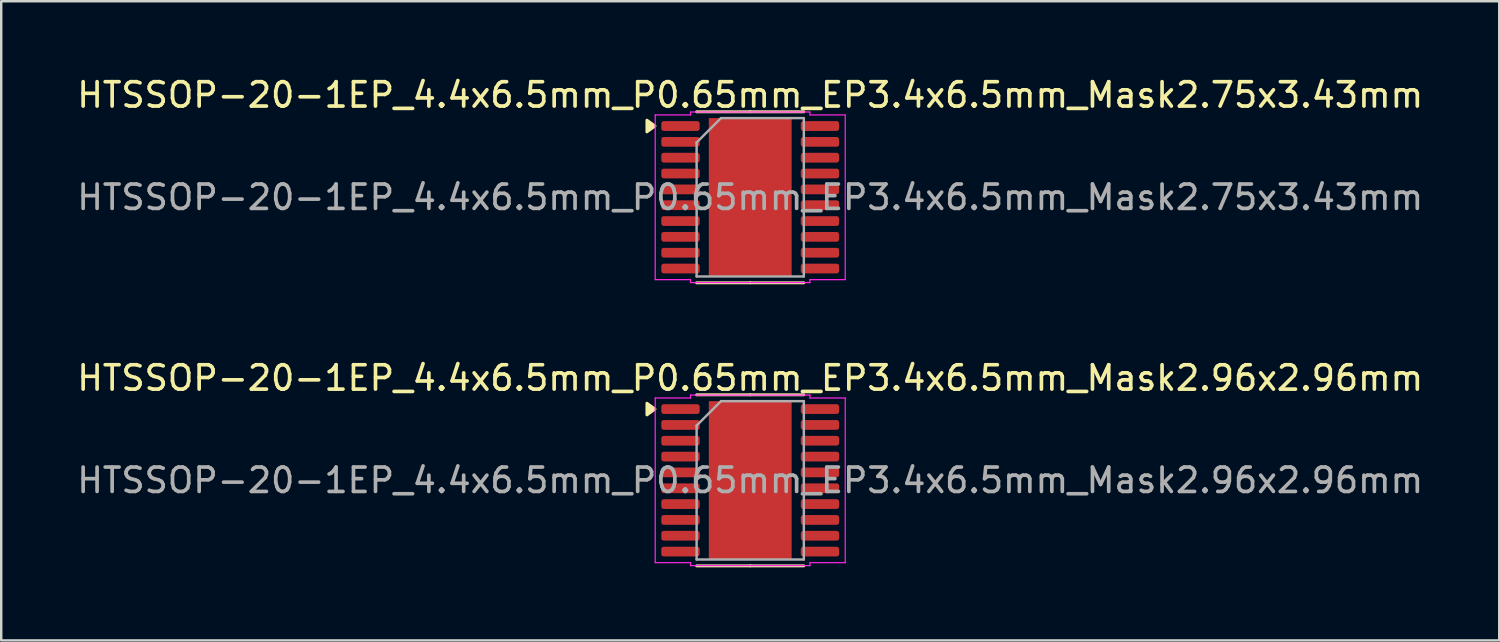
<source format=kicad_pcb>
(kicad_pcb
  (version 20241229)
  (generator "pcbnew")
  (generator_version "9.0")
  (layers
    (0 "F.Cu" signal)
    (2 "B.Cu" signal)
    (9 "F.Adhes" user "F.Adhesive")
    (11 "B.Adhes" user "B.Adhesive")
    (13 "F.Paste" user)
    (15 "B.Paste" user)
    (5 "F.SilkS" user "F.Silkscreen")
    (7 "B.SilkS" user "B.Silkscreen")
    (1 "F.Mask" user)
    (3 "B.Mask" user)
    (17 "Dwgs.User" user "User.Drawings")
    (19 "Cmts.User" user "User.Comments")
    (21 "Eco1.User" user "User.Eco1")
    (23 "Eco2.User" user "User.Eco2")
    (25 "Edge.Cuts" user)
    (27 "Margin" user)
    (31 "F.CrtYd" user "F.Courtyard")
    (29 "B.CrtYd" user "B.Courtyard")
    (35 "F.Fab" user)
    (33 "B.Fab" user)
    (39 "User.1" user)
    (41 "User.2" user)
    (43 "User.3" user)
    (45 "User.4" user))
  (footprint "HTSSOP-20-1EP_4.4x6.5mm_P0.65mm_EP3.4x6.5mm_Mask2.96x2.96mm"
    (layer "F.Cu")
    (at 27.744 16.666)
    (property "Reference" "HTSSOP-20-1EP_4.4x6.5mm_P0.65mm_EP3.4x6.5mm_Mask2.96x2.96mm" (at 0 -4.2 0) (layer "F.SilkS") (effects (font (size 1 1) (thickness 0.15))))
    (attr smd)
    (fp_line (start 0 -3.51) (end -2.2 -3.51) (stroke (width 0.12) (type solid)) (layer "F.SilkS"))
    (fp_line (start 0 -3.51) (end 2.2 -3.51) (stroke (width 0.12) (type solid)) (layer "F.SilkS"))
    (fp_line (start 0 3.51) (end -2.2 3.51) (stroke (width 0.12) (type solid)) (layer "F.SilkS"))
    (fp_line (start 0 3.51) (end 2.2 3.51) (stroke (width 0.12) (type solid)) (layer "F.SilkS"))
    (fp_poly (pts (xy -3.91 -2.925) (xy -4.24 -2.685) (xy -4.24 -3.165)) (stroke (width 0.12) (type solid)) (fill yes) (layer "F.SilkS"))
    (fp_line (start -3.9 -3.38) (end -2.45 -3.38) (stroke (width 0.05) (type solid)) (layer "F.CrtYd"))
    (fp_line (start -3.9 3.38) (end -3.9 -3.38) (stroke (width 0.05) (type solid)) (layer "F.CrtYd"))
    (fp_line (start -2.45 -3.5) (end 2.45 -3.5) (stroke (width 0.05) (type solid)) (layer "F.CrtYd"))
    (fp_line (start -2.45 -3.38) (end -2.45 -3.5) (stroke (width 0.05) (type solid)) (layer "F.CrtYd"))
    (fp_line (start -2.45 3.38) (end -3.9 3.38) (stroke (width 0.05) (type solid)) (layer "F.CrtYd"))
    (fp_line (start -2.45 3.5) (end -2.45 3.38) (stroke (width 0.05) (type solid)) (layer "F.CrtYd"))
    (fp_line (start 2.45 -3.5) (end 2.45 -3.38) (stroke (width 0.05) (type solid)) (layer "F.CrtYd"))
    (fp_line (start 2.45 -3.38) (end 3.9 -3.38) (stroke (width 0.05) (type solid)) (layer "F.CrtYd"))
    (fp_line (start 2.45 3.38) (end 2.45 3.5) (stroke (width 0.05) (type solid)) (layer "F.CrtYd"))
    (fp_line (start 2.45 3.5) (end -2.45 3.5) (stroke (width 0.05) (type solid)) (layer "F.CrtYd"))
    (fp_line (start 3.9 -3.38) (end 3.9 3.38) (stroke (width 0.05) (type solid)) (layer "F.CrtYd"))
    (fp_line (start 3.9 3.38) (end 2.45 3.38) (stroke (width 0.05) (type solid)) (layer "F.CrtYd"))
    (fp_line (start -2.2 -2.25) (end -1.2 -3.25) (stroke (width 0.1) (type solid)) (layer "F.Fab"))
    (fp_line (start -2.2 3.25) (end -2.2 -2.25) (stroke (width 0.1) (type solid)) (layer "F.Fab"))
    (fp_line (start -1.2 -3.25) (end 2.2 -3.25) (stroke (width 0.1) (type solid)) (layer "F.Fab"))
    (fp_line (start 2.2 -3.25) (end 2.2 3.25) (stroke (width 0.1) (type solid)) (layer "F.Fab"))
    (fp_line (start 2.2 3.25) (end -2.2 3.25) (stroke (width 0.1) (type solid)) (layer "F.Fab"))
    (fp_text user "${REFERENCE}" (at 0 0 0) (layer "F.Fab") (effects (font (size 1 1) (thickness 0.15))))
    (pad "" smd roundrect (at 0 0) (size 2.39 2.39) (layers "F.Paste") (roundrect_rratio 0.105))
    (pad "" smd rect (at 0 0) (size 2.96 2.96) (layers "F.Mask"))
    (pad "1" smd roundrect (at -2.862 -2.925) (size 1.575 0.4) (layers "F.Cu" "F.Mask" "F.Paste") (roundrect_rratio 0.25))
    (pad "2" smd roundrect (at -2.862 -2.275) (size 1.575 0.4) (layers "F.Cu" "F.Mask" "F.Paste") (roundrect_rratio 0.25))
    (pad "3" smd roundrect (at -2.862 -1.625) (size 1.575 0.4) (layers "F.Cu" "F.Mask" "F.Paste") (roundrect_rratio 0.25))
    (pad "4" smd roundrect (at -2.862 -0.975) (size 1.575 0.4) (layers "F.Cu" "F.Mask" "F.Paste") (roundrect_rratio 0.25))
    (pad "5" smd roundrect (at -2.862 -0.325) (size 1.575 0.4) (layers "F.Cu" "F.Mask" "F.Paste") (roundrect_rratio 0.25))
    (pad "6" smd roundrect (at -2.862 0.325) (size 1.575 0.4) (layers "F.Cu" "F.Mask" "F.Paste") (roundrect_rratio 0.25))
    (pad "7" smd roundrect (at -2.862 0.975) (size 1.575 0.4) (layers "F.Cu" "F.Mask" "F.Paste") (roundrect_rratio 0.25))
    (pad "8" smd roundrect (at -2.862 1.625) (size 1.575 0.4) (layers "F.Cu" "F.Mask" "F.Paste") (roundrect_rratio 0.25))
    (pad "9" smd roundrect (at -2.862 2.275) (size 1.575 0.4) (layers "F.Cu" "F.Mask" "F.Paste") (roundrect_rratio 0.25))
    (pad "10" smd roundrect (at -2.862 2.925) (size 1.575 0.4) (layers "F.Cu" "F.Mask" "F.Paste") (roundrect_rratio 0.25))
    (pad "11" smd roundrect (at 2.862 2.925) (size 1.575 0.4) (layers "F.Cu" "F.Mask" "F.Paste") (roundrect_rratio 0.25))
    (pad "12" smd roundrect (at 2.862 2.275) (size 1.575 0.4) (layers "F.Cu" "F.Mask" "F.Paste") (roundrect_rratio 0.25))
    (pad "13" smd roundrect (at 2.862 1.625) (size 1.575 0.4) (layers "F.Cu" "F.Mask" "F.Paste") (roundrect_rratio 0.25))
    (pad "14" smd roundrect (at 2.862 0.975) (size 1.575 0.4) (layers "F.Cu" "F.Mask" "F.Paste") (roundrect_rratio 0.25))
    (pad "15" smd roundrect (at 2.862 0.325) (size 1.575 0.4) (layers "F.Cu" "F.Mask" "F.Paste") (roundrect_rratio 0.25))
    (pad "16" smd roundrect (at 2.862 -0.325) (size 1.575 0.4) (layers "F.Cu" "F.Mask" "F.Paste") (roundrect_rratio 0.25))
    (pad "17" smd roundrect (at 2.862 -0.975) (size 1.575 0.4) (layers "F.Cu" "F.Mask" "F.Paste") (roundrect_rratio 0.25))
    (pad "18" smd roundrect (at 2.862 -1.625) (size 1.575 0.4) (layers "F.Cu" "F.Mask" "F.Paste") (roundrect_rratio 0.25))
    (pad "19" smd roundrect (at 2.862 -2.275) (size 1.575 0.4) (layers "F.Cu" "F.Mask" "F.Paste") (roundrect_rratio 0.25))
    (pad "20" smd roundrect (at 2.862 -2.925) (size 1.575 0.4) (layers "F.Cu" "F.Mask" "F.Paste") (roundrect_rratio 0.25))
    (pad "21" smd rect (at 0 0) (size 3.4 6.5) (property pad_prop_heatsink) (layers "F.Cu")))
  (footprint "HTSSOP-20-1EP_4.4x6.5mm_P0.65mm_EP3.4x6.5mm_Mask2.75x3.43mm"
    (layer "F.Cu")
    (at 27.744 5.048)
    (property "Reference" "HTSSOP-20-1EP_4.4x6.5mm_P0.65mm_EP3.4x6.5mm_Mask2.75x3.43mm" (at 0 -4.2 0) (layer "F.SilkS") (effects (font (size 1 1) (thickness 0.15))))
    (attr smd)
    (fp_line (start 0 -3.51) (end -2.2 -3.51) (stroke (width 0.12) (type solid)) (layer "F.SilkS"))
    (fp_line (start 0 -3.51) (end 2.2 -3.51) (stroke (width 0.12) (type solid)) (layer "F.SilkS"))
    (fp_line (start 0 3.51) (end -2.2 3.51) (stroke (width 0.12) (type solid)) (layer "F.SilkS"))
    (fp_line (start 0 3.51) (end 2.2 3.51) (stroke (width 0.12) (type solid)) (layer "F.SilkS"))
    (fp_poly (pts (xy -3.91 -2.925) (xy -4.24 -2.685) (xy -4.24 -3.165)) (stroke (width 0.12) (type solid)) (fill yes) (layer "F.SilkS"))
    (fp_line (start -3.9 -3.38) (end -2.45 -3.38) (stroke (width 0.05) (type solid)) (layer "F.CrtYd"))
    (fp_line (start -3.9 3.38) (end -3.9 -3.38) (stroke (width 0.05) (type solid)) (layer "F.CrtYd"))
    (fp_line (start -2.45 -3.5) (end 2.45 -3.5) (stroke (width 0.05) (type solid)) (layer "F.CrtYd"))
    (fp_line (start -2.45 -3.38) (end -2.45 -3.5) (stroke (width 0.05) (type solid)) (layer "F.CrtYd"))
    (fp_line (start -2.45 3.38) (end -3.9 3.38) (stroke (width 0.05) (type solid)) (layer "F.CrtYd"))
    (fp_line (start -2.45 3.5) (end -2.45 3.38) (stroke (width 0.05) (type solid)) (layer "F.CrtYd"))
    (fp_line (start 2.45 -3.5) (end 2.45 -3.38) (stroke (width 0.05) (type solid)) (layer "F.CrtYd"))
    (fp_line (start 2.45 -3.38) (end 3.9 -3.38) (stroke (width 0.05) (type solid)) (layer "F.CrtYd"))
    (fp_line (start 2.45 3.38) (end 2.45 3.5) (stroke (width 0.05) (type solid)) (layer "F.CrtYd"))
    (fp_line (start 2.45 3.5) (end -2.45 3.5) (stroke (width 0.05) (type solid)) (layer "F.CrtYd"))
    (fp_line (start 3.9 -3.38) (end 3.9 3.38) (stroke (width 0.05) (type solid)) (layer "F.CrtYd"))
    (fp_line (start 3.9 3.38) (end 2.45 3.38) (stroke (width 0.05) (type solid)) (layer "F.CrtYd"))
    (fp_line (start -2.2 -2.25) (end -1.2 -3.25) (stroke (width 0.1) (type solid)) (layer "F.Fab"))
    (fp_line (start -2.2 3.25) (end -2.2 -2.25) (stroke (width 0.1) (type solid)) (layer "F.Fab"))
    (fp_line (start -1.2 -3.25) (end 2.2 -3.25) (stroke (width 0.1) (type solid)) (layer "F.Fab"))
    (fp_line (start 2.2 -3.25) (end 2.2 3.25) (stroke (width 0.1) (type solid)) (layer "F.Fab"))
    (fp_line (start 2.2 3.25) (end -2.2 3.25) (stroke (width 0.1) (type solid)) (layer "F.Fab"))
    (fp_text user "${REFERENCE}" (at 0 0 0) (layer "F.Fab") (effects (font (size 1 1) (thickness 0.15))))
    (pad "" smd roundrect (at -0.69 -0.86) (size 1.11 1.38) (layers "F.Paste") (roundrect_rratio 0.225))
    (pad "" smd roundrect (at -0.69 0.86) (size 1.11 1.38) (layers "F.Paste") (roundrect_rratio 0.225))
    (pad "" smd rect (at 0 0) (size 2.75 3.43) (layers "F.Mask"))
    (pad "" smd roundrect (at 0.69 -0.86) (size 1.11 1.38) (layers "F.Paste") (roundrect_rratio 0.225))
    (pad "" smd roundrect (at 0.69 0.86) (size 1.11 1.38) (layers "F.Paste") (roundrect_rratio 0.225))
    (pad "1" smd roundrect (at -2.862 -2.925) (size 1.575 0.4) (layers "F.Cu" "F.Mask" "F.Paste") (roundrect_rratio 0.25))
    (pad "2" smd roundrect (at -2.862 -2.275) (size 1.575 0.4) (layers "F.Cu" "F.Mask" "F.Paste") (roundrect_rratio 0.25))
    (pad "3" smd roundrect (at -2.862 -1.625) (size 1.575 0.4) (layers "F.Cu" "F.Mask" "F.Paste") (roundrect_rratio 0.25))
    (pad "4" smd roundrect (at -2.862 -0.975) (size 1.575 0.4) (layers "F.Cu" "F.Mask" "F.Paste") (roundrect_rratio 0.25))
    (pad "5" smd roundrect (at -2.862 -0.325) (size 1.575 0.4) (layers "F.Cu" "F.Mask" "F.Paste") (roundrect_rratio 0.25))
    (pad "6" smd roundrect (at -2.862 0.325) (size 1.575 0.4) (layers "F.Cu" "F.Mask" "F.Paste") (roundrect_rratio 0.25))
    (pad "7" smd roundrect (at -2.862 0.975) (size 1.575 0.4) (layers "F.Cu" "F.Mask" "F.Paste") (roundrect_rratio 0.25))
    (pad "8" smd roundrect (at -2.862 1.625) (size 1.575 0.4) (layers "F.Cu" "F.Mask" "F.Paste") (roundrect_rratio 0.25))
    (pad "9" smd roundrect (at -2.862 2.275) (size 1.575 0.4) (layers "F.Cu" "F.Mask" "F.Paste") (roundrect_rratio 0.25))
    (pad "10" smd roundrect (at -2.862 2.925) (size 1.575 0.4) (layers "F.Cu" "F.Mask" "F.Paste") (roundrect_rratio 0.25))
    (pad "11" smd roundrect (at 2.862 2.925) (size 1.575 0.4) (layers "F.Cu" "F.Mask" "F.Paste") (roundrect_rratio 0.25))
    (pad "12" smd roundrect (at 2.862 2.275) (size 1.575 0.4) (layers "F.Cu" "F.Mask" "F.Paste") (roundrect_rratio 0.25))
    (pad "13" smd roundrect (at 2.862 1.625) (size 1.575 0.4) (layers "F.Cu" "F.Mask" "F.Paste") (roundrect_rratio 0.25))
    (pad "14" smd roundrect (at 2.862 0.975) (size 1.575 0.4) (layers "F.Cu" "F.Mask" "F.Paste") (roundrect_rratio 0.25))
    (pad "15" smd roundrect (at 2.862 0.325) (size 1.575 0.4) (layers "F.Cu" "F.Mask" "F.Paste") (roundrect_rratio 0.25))
    (pad "16" smd roundrect (at 2.862 -0.325) (size 1.575 0.4) (layers "F.Cu" "F.Mask" "F.Paste") (roundrect_rratio 0.25))
    (pad "17" smd roundrect (at 2.862 -0.975) (size 1.575 0.4) (layers "F.Cu" "F.Mask" "F.Paste") (roundrect_rratio 0.25))
    (pad "18" smd roundrect (at 2.862 -1.625) (size 1.575 0.4) (layers "F.Cu" "F.Mask" "F.Paste") (roundrect_rratio 0.25))
    (pad "19" smd roundrect (at 2.862 -2.275) (size 1.575 0.4) (layers "F.Cu" "F.Mask" "F.Paste") (roundrect_rratio 0.25))
    (pad "20" smd roundrect (at 2.862 -2.925) (size 1.575 0.4) (layers "F.Cu" "F.Mask" "F.Paste") (roundrect_rratio 0.25))
    (pad "21" smd rect (at 0 0) (size 3.4 6.5) (property pad_prop_heatsink) (layers "F.Cu")))
  (gr_rect
    (start -3 -3)
    (end 58.488 23.236)
    (stroke (width 0.1) (type default))
    (fill no)
    (layer "Edge.Cuts")))
</source>
